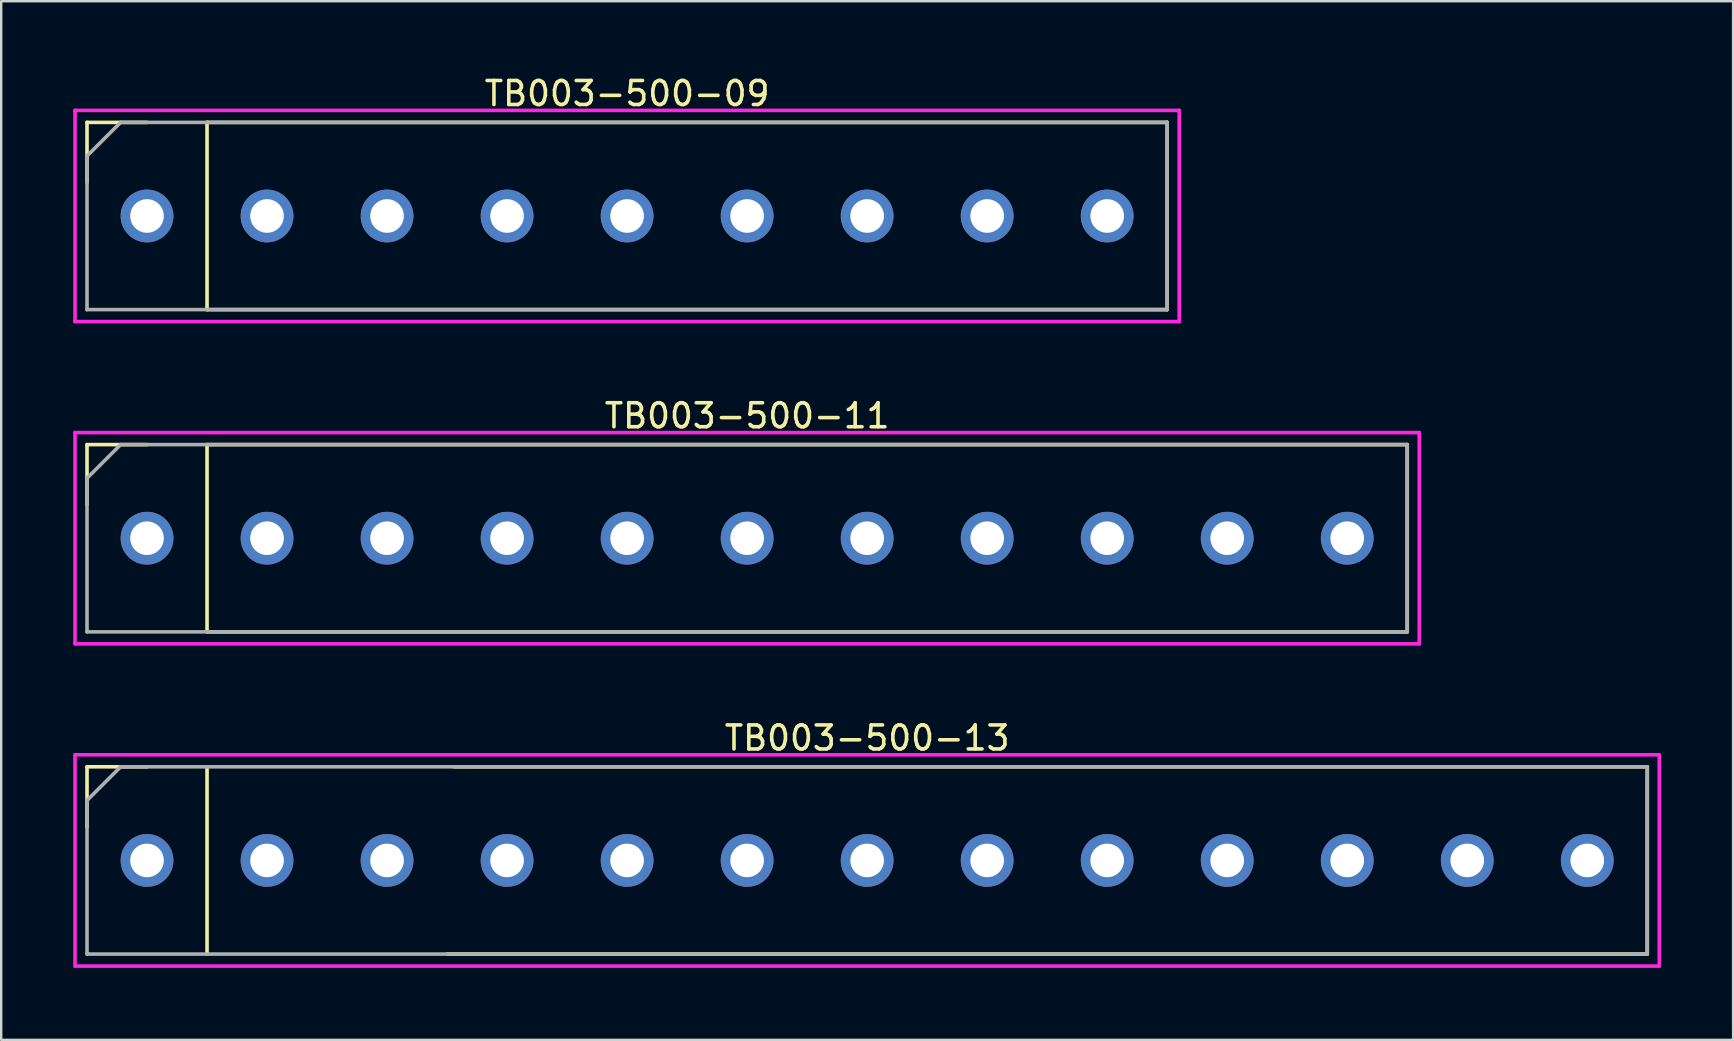
<source format=kicad_pcb>
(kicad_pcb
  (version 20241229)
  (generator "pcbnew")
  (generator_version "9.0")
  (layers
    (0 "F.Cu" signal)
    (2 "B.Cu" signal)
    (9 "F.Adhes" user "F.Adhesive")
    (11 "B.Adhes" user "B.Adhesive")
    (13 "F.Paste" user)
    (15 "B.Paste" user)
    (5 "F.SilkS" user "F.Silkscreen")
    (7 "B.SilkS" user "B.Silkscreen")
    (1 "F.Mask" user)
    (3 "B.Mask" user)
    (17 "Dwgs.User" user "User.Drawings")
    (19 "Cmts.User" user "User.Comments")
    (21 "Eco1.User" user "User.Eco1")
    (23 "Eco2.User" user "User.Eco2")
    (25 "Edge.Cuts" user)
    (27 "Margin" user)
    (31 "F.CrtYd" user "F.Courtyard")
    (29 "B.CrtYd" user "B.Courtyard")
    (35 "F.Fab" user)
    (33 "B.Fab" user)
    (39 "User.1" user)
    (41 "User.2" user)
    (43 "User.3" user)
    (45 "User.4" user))
  (footprint "TB003-500-13"
    (layer "F.Cu")
    (at 33.075 32.795)
    (property "Reference" "TB003-500-13" (at 0 -5.1 0) (layer "F.SilkS") (effects (font (size 1 1) (thickness 0.15))))
    (attr through_hole)
    (fp_line (start -32.5 -3.9) (end -32.5 -1.4) (stroke (width 0.15) (type solid)) (layer "F.SilkS"))
    (fp_line (start -30 -3.9) (end -32.5 -3.9) (stroke (width 0.15) (type solid)) (layer "F.SilkS"))
    (fp_line (start -27.5 3.9) (end -27.5 -3.9) (stroke (width 0.15) (type solid)) (layer "F.SilkS"))
    (fp_line (start -17.2 -3.9) (end 32.5 -3.9) (stroke (width 0.15) (type solid)) (layer "F.SilkS"))
    (fp_line (start 32.5 -3.9) (end 32.5 3.9) (stroke (width 0.15) (type solid)) (layer "F.SilkS"))
    (fp_line (start 32.5 3.9) (end -17.5 3.9) (stroke (width 0.15) (type solid)) (layer "F.SilkS"))
    (fp_line (start -33 -4.4) (end 33 -4.4) (stroke (width 0.15) (type solid)) (layer "F.CrtYd"))
    (fp_line (start -33 4.4) (end -33 -4.4) (stroke (width 0.15) (type solid)) (layer "F.CrtYd"))
    (fp_line (start 33 -4.4) (end 33 4.4) (stroke (width 0.15) (type solid)) (layer "F.CrtYd"))
    (fp_line (start 33 4.4) (end -33 4.4) (stroke (width 0.15) (type solid)) (layer "F.CrtYd"))
    (fp_line (start -32.5 -2.5) (end -31.1 -3.9) (stroke (width 0.15) (type solid)) (layer "F.Fab"))
    (fp_line (start -32.5 3.9) (end -32.5 -2.5) (stroke (width 0.15) (type solid)) (layer "F.Fab"))
    (fp_line (start -31.1 -3.9) (end 32.5 -3.9) (stroke (width 0.15) (type solid)) (layer "F.Fab"))
    (fp_line (start 32.5 -3.9) (end 32.5 3.9) (stroke (width 0.15) (type solid)) (layer "F.Fab"))
    (fp_line (start 32.5 3.9) (end -32.5 3.9) (stroke (width 0.15) (type solid)) (layer "F.Fab"))
    (pad "1" thru_hole circle (at -30 0) (size 2.2 2.2) (drill 1.4) (layers "*.Cu" "*.Mask"))
    (pad "2" thru_hole circle (at -25 0) (size 2.2 2.2) (drill 1.4) (layers "*.Cu" "*.Mask"))
    (pad "3" thru_hole circle (at -20 0) (size 2.2 2.2) (drill 1.4) (layers "*.Cu" "*.Mask"))
    (pad "4" thru_hole circle (at -15 0) (size 2.2 2.2) (drill 1.4) (layers "*.Cu" "*.Mask"))
    (pad "5" thru_hole circle (at -10 0) (size 2.2 2.2) (drill 1.4) (layers "*.Cu" "*.Mask"))
    (pad "6" thru_hole circle (at -5 0) (size 2.2 2.2) (drill 1.4) (layers "*.Cu" "*.Mask"))
    (pad "7" thru_hole circle (at 0 0) (size 2.2 2.2) (drill 1.4) (layers "*.Cu" "*.Mask"))
    (pad "8" thru_hole circle (at 5 0) (size 2.2 2.2) (drill 1.4) (layers "*.Cu" "*.Mask"))
    (pad "9" thru_hole circle (at 10 0) (size 2.2 2.2) (drill 1.4) (layers "*.Cu" "*.Mask"))
    (pad "10" thru_hole circle (at 15 0) (size 2.2 2.2) (drill 1.4) (layers "*.Cu" "*.Mask"))
    (pad "11" thru_hole circle (at 20 0) (size 2.2 2.2) (drill 1.4) (layers "*.Cu" "*.Mask"))
    (pad "12" thru_hole circle (at 25 0) (size 2.2 2.2) (drill 1.4) (layers "*.Cu" "*.Mask"))
    (pad "13" thru_hole circle (at 30 0) (size 2.2 2.2) (drill 1.4) (layers "*.Cu" "*.Mask")))
  (footprint "TB003-500-11"
    (layer "F.Cu")
    (at 28.075 19.372)
    (property "Reference" "TB003-500-11" (at 0 -5.1 0) (layer "F.SilkS") (effects (font (size 1 1) (thickness 0.15))))
    (attr through_hole)
    (fp_line (start -27.5 -3.9) (end -27.5 -1.4) (stroke (width 0.15) (type solid)) (layer "F.SilkS"))
    (fp_line (start -25 -3.9) (end -27.5 -3.9) (stroke (width 0.15) (type solid)) (layer "F.SilkS"))
    (fp_line (start -22.5 -3.9) (end 27.5 -3.9) (stroke (width 0.15) (type solid)) (layer "F.SilkS"))
    (fp_line (start -22.5 3.9) (end -22.5 -3.9) (stroke (width 0.15) (type solid)) (layer "F.SilkS"))
    (fp_line (start 27.5 -3.9) (end 27.5 3.9) (stroke (width 0.15) (type solid)) (layer "F.SilkS"))
    (fp_line (start 27.5 3.9) (end -22.5 3.9) (stroke (width 0.15) (type solid)) (layer "F.SilkS"))
    (fp_line (start -28 -4.4) (end 28 -4.4) (stroke (width 0.15) (type solid)) (layer "F.CrtYd"))
    (fp_line (start -28 4.4) (end -28 -4.4) (stroke (width 0.15) (type solid)) (layer "F.CrtYd"))
    (fp_line (start 28 -4.4) (end 28 4.4) (stroke (width 0.15) (type solid)) (layer "F.CrtYd"))
    (fp_line (start 28 4.4) (end -28 4.4) (stroke (width 0.15) (type solid)) (layer "F.CrtYd"))
    (fp_line (start -27.5 -2.5) (end -26.1 -3.9) (stroke (width 0.15) (type solid)) (layer "F.Fab"))
    (fp_line (start -27.5 3.9) (end -27.5 -2.5) (stroke (width 0.15) (type solid)) (layer "F.Fab"))
    (fp_line (start -26.1 -3.9) (end 27.5 -3.9) (stroke (width 0.15) (type solid)) (layer "F.Fab"))
    (fp_line (start 27.5 -3.9) (end 27.5 3.9) (stroke (width 0.15) (type solid)) (layer "F.Fab"))
    (fp_line (start 27.5 3.9) (end -27.5 3.9) (stroke (width 0.15) (type solid)) (layer "F.Fab"))
    (pad "1" thru_hole circle (at -25 0) (size 2.2 2.2) (drill 1.4) (layers "*.Cu" "*.Mask"))
    (pad "2" thru_hole circle (at -20 0) (size 2.2 2.2) (drill 1.4) (layers "*.Cu" "*.Mask"))
    (pad "3" thru_hole circle (at -15 0) (size 2.2 2.2) (drill 1.4) (layers "*.Cu" "*.Mask"))
    (pad "4" thru_hole circle (at -10 0) (size 2.2 2.2) (drill 1.4) (layers "*.Cu" "*.Mask"))
    (pad "5" thru_hole circle (at -5 0) (size 2.2 2.2) (drill 1.4) (layers "*.Cu" "*.Mask"))
    (pad "6" thru_hole circle (at 0 0) (size 2.2 2.2) (drill 1.4) (layers "*.Cu" "*.Mask"))
    (pad "7" thru_hole circle (at 5 0) (size 2.2 2.2) (drill 1.4) (layers "*.Cu" "*.Mask"))
    (pad "8" thru_hole circle (at 10 0) (size 2.2 2.2) (drill 1.4) (layers "*.Cu" "*.Mask"))
    (pad "9" thru_hole circle (at 15 0) (size 2.2 2.2) (drill 1.4) (layers "*.Cu" "*.Mask"))
    (pad "10" thru_hole circle (at 20 0) (size 2.2 2.2) (drill 1.4) (layers "*.Cu" "*.Mask"))
    (pad "11" thru_hole circle (at 25 0) (size 2.2 2.2) (drill 1.4) (layers "*.Cu" "*.Mask")))
  (footprint "TB003-500-09"
    (layer "F.Cu")
    (at 23.075 5.948)
    (property "Reference" "TB003-500-09" (at 0 -5.1 0) (layer "F.SilkS") (effects (font (size 1 1) (thickness 0.15))))
    (attr through_hole)
    (fp_line (start -22.5 -3.9) (end -22.5 -1.4) (stroke (width 0.15) (type solid)) (layer "F.SilkS"))
    (fp_line (start -20 -3.9) (end -22.5 -3.9) (stroke (width 0.15) (type solid)) (layer "F.SilkS"))
    (fp_line (start -17.5 -3.9) (end 22.5 -3.9) (stroke (width 0.15) (type solid)) (layer "F.SilkS"))
    (fp_line (start -17.5 3.9) (end -17.5 -3.9) (stroke (width 0.15) (type solid)) (layer "F.SilkS"))
    (fp_line (start 22.5 -3.9) (end 22.5 3.9) (stroke (width 0.15) (type solid)) (layer "F.SilkS"))
    (fp_line (start 22.5 3.9) (end -17.5 3.9) (stroke (width 0.15) (type solid)) (layer "F.SilkS"))
    (fp_line (start -23 -4.4) (end 23 -4.4) (stroke (width 0.15) (type solid)) (layer "F.CrtYd"))
    (fp_line (start -23 4.4) (end -23 -4.4) (stroke (width 0.15) (type solid)) (layer "F.CrtYd"))
    (fp_line (start 23 -4.4) (end 23 4.4) (stroke (width 0.15) (type solid)) (layer "F.CrtYd"))
    (fp_line (start 23 4.4) (end -23 4.4) (stroke (width 0.15) (type solid)) (layer "F.CrtYd"))
    (fp_line (start -22.5 -2.5) (end -21.1 -3.9) (stroke (width 0.15) (type solid)) (layer "F.Fab"))
    (fp_line (start -22.5 3.9) (end -22.5 -2.5) (stroke (width 0.15) (type solid)) (layer "F.Fab"))
    (fp_line (start -21.1 -3.9) (end 22.5 -3.9) (stroke (width 0.15) (type solid)) (layer "F.Fab"))
    (fp_line (start 22.5 -3.9) (end 22.5 3.9) (stroke (width 0.15) (type solid)) (layer "F.Fab"))
    (fp_line (start 22.5 3.9) (end -22.5 3.9) (stroke (width 0.15) (type solid)) (layer "F.Fab"))
    (pad "1" thru_hole circle (at -20 0) (size 2.2 2.2) (drill 1.4) (layers "*.Cu" "*.Mask"))
    (pad "2" thru_hole circle (at -15 0) (size 2.2 2.2) (drill 1.4) (layers "*.Cu" "*.Mask"))
    (pad "3" thru_hole circle (at -10 0) (size 2.2 2.2) (drill 1.4) (layers "*.Cu" "*.Mask"))
    (pad "4" thru_hole circle (at -5 0) (size 2.2 2.2) (drill 1.4) (layers "*.Cu" "*.Mask"))
    (pad "5" thru_hole circle (at 0 0) (size 2.2 2.2) (drill 1.4) (layers "*.Cu" "*.Mask"))
    (pad "6" thru_hole circle (at 5 0) (size 2.2 2.2) (drill 1.4) (layers "*.Cu" "*.Mask"))
    (pad "7" thru_hole circle (at 10 0) (size 2.2 2.2) (drill 1.4) (layers "*.Cu" "*.Mask"))
    (pad "8" thru_hole circle (at 15 0) (size 2.2 2.2) (drill 1.4) (layers "*.Cu" "*.Mask"))
    (pad "9" thru_hole circle (at 20 0) (size 2.2 2.2) (drill 1.4) (layers "*.Cu" "*.Mask")))
  (gr_rect
    (start -3 -3)
    (end 69.15 40.27)
    (stroke (width 0.1) (type default))
    (fill no)
    (layer "Edge.Cuts")))
</source>
